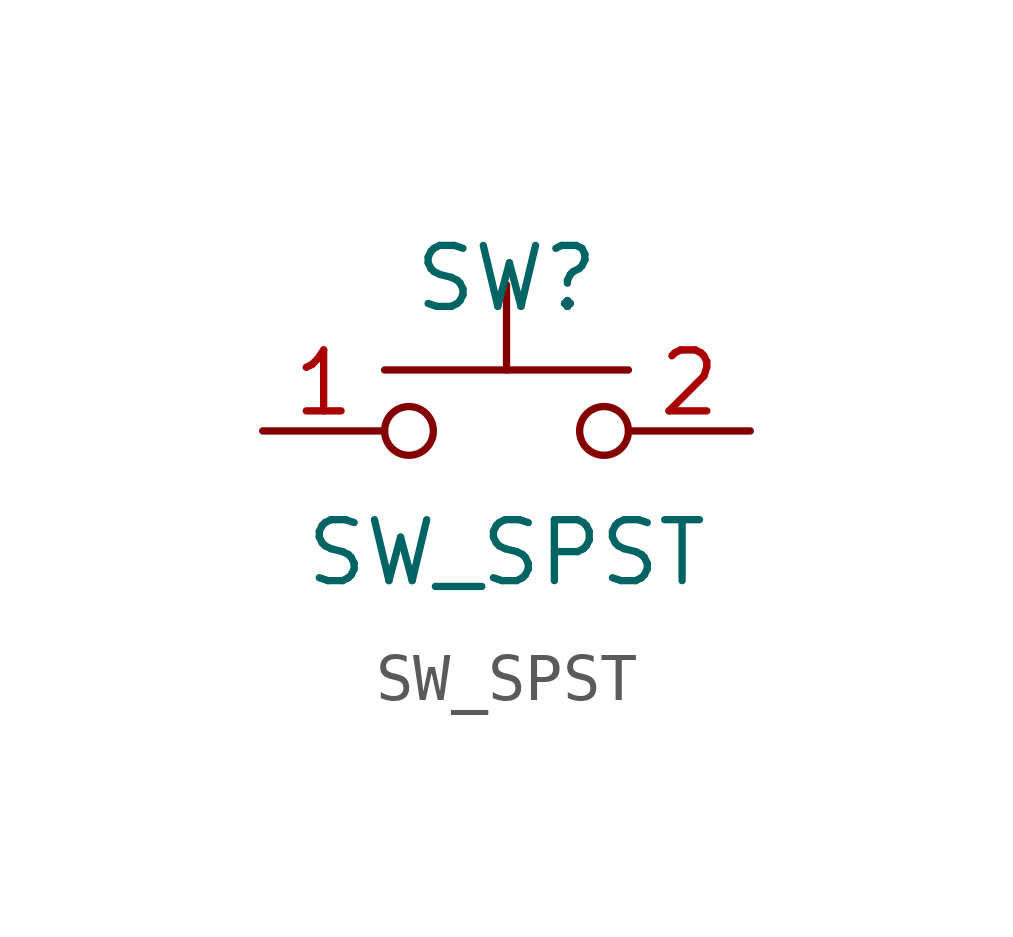
<source format=kicad_sym>
(kicad_symbol_lib
  (version 20211014)
  (generator kicad_symbol_editor)
  (symbol "SW_SPST"
    (pin_names
      (offset 0) hide)
    (property "Reference" "SW"
      (at 0 3.175 0)
      (effects (font (size 1.27 1.27))))
    (property "Value" "SW_SPST"
      (at 0 -2.54 0)
      (effects (font (size 1.27 1.27))))
    (symbol "SW_SPST_0_0"
      (circle (center -2.032 0) (radius 0.508) (stroke (width 0) (type default) (color 0 0 0 0)) (fill (type none)))
      (circle (center 2.032 0) (radius 0.508) (stroke (width 0) (type default) (color 0 0 0 0)) (fill (type none))))
    (symbol "SW_SPST_0_1"
      (polyline (pts (xy 0 1.27) (xy 0 3.048)) (stroke (width 0) (type default) (color 0 0 0 0)) (fill (type none)))
      (polyline (pts (xy 2.54 1.27) (xy -2.54 1.27)) (stroke (width 0) (type default) (color 0 0 0 0)) (fill (type none))))
    (symbol "SW_SPST_1_1"
      (pin passive line (at -5.08 0 0) (length 2.54) (name "A" (effects (font (size 1.27 1.27)))) (number "1" (effects (font (size 1.27 1.27)))))
      (pin passive line (at 5.08 0 180) (length 2.54) (name "B" (effects (font (size 1.27 1.27)))) (number "2" (effects (font (size 1.27 1.27))))))))
</source>
